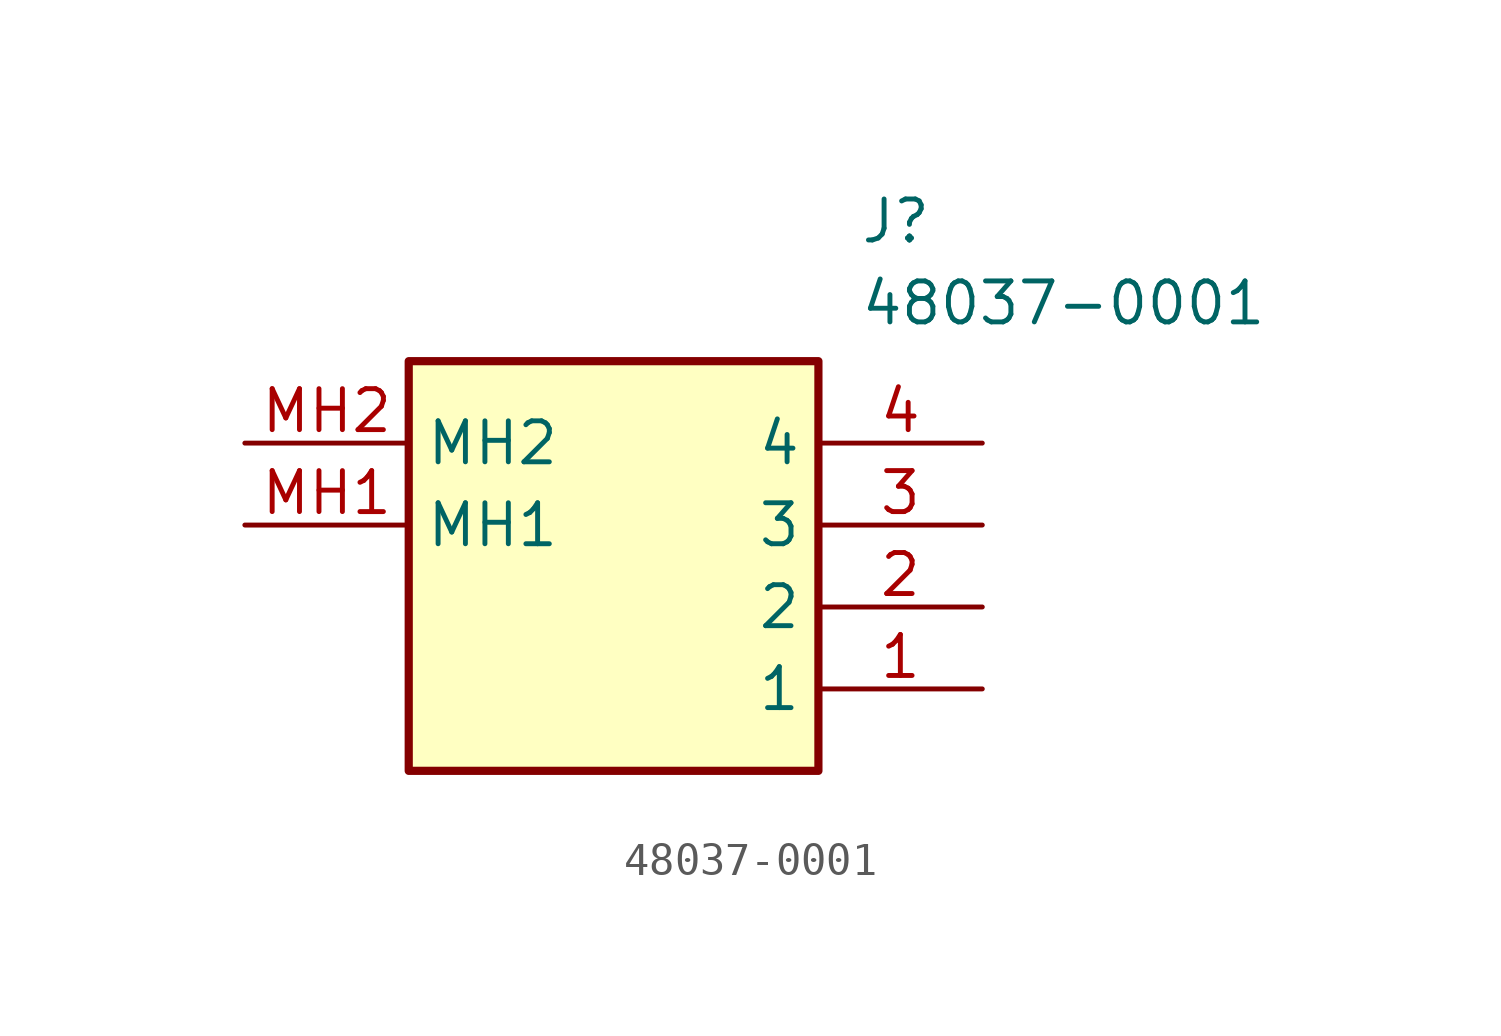
<source format=kicad_sym>
(kicad_symbol_lib
  (version 20211014)
  (generator SamacSys_ECAD_Model)
  (symbol "48037-0001"
    (property "Reference" "J"
      (at 19.05 7.62 0)
      (effects (font (size 1.27 1.27)) (justify left top)))
    (property "Value" "48037-0001"
      (at 19.05 5.08 0)
      (effects (font (size 1.27 1.27)) (justify left top)))
    (rectangle
      (start 5.08 2.54)
      (end 17.78 -10.16)
      (stroke (width 0.254) (type default))
      (fill (type background)))
    (pin passive line
      (at 22.86 -7.62 180)
      (length 5.08)
      (name "1" (effects (font (size 1.27 1.27))))
      (number "1" (effects (font (size 1.27 1.27)))))
    (pin passive line
      (at 22.86 -5.08 180)
      (length 5.08)
      (name "2" (effects (font (size 1.27 1.27))))
      (number "2" (effects (font (size 1.27 1.27)))))
    (pin passive line
      (at 22.86 -2.54 180)
      (length 5.08)
      (name "3" (effects (font (size 1.27 1.27))))
      (number "3" (effects (font (size 1.27 1.27)))))
    (pin passive line
      (at 22.86 0 180)
      (length 5.08)
      (name "4" (effects (font (size 1.27 1.27))))
      (number "4" (effects (font (size 1.27 1.27)))))
    (pin passive line
      (at 0 -2.54 0)
      (length 5.08)
      (name "MH1" (effects (font (size 1.27 1.27))))
      (number "MH1" (effects (font (size 1.27 1.27)))))
    (pin passive line
      (at 0 0 0)
      (length 5.08)
      (name "MH2" (effects (font (size 1.27 1.27))))
      (number "MH2" (effects (font (size 1.27 1.27)))))))
</source>
